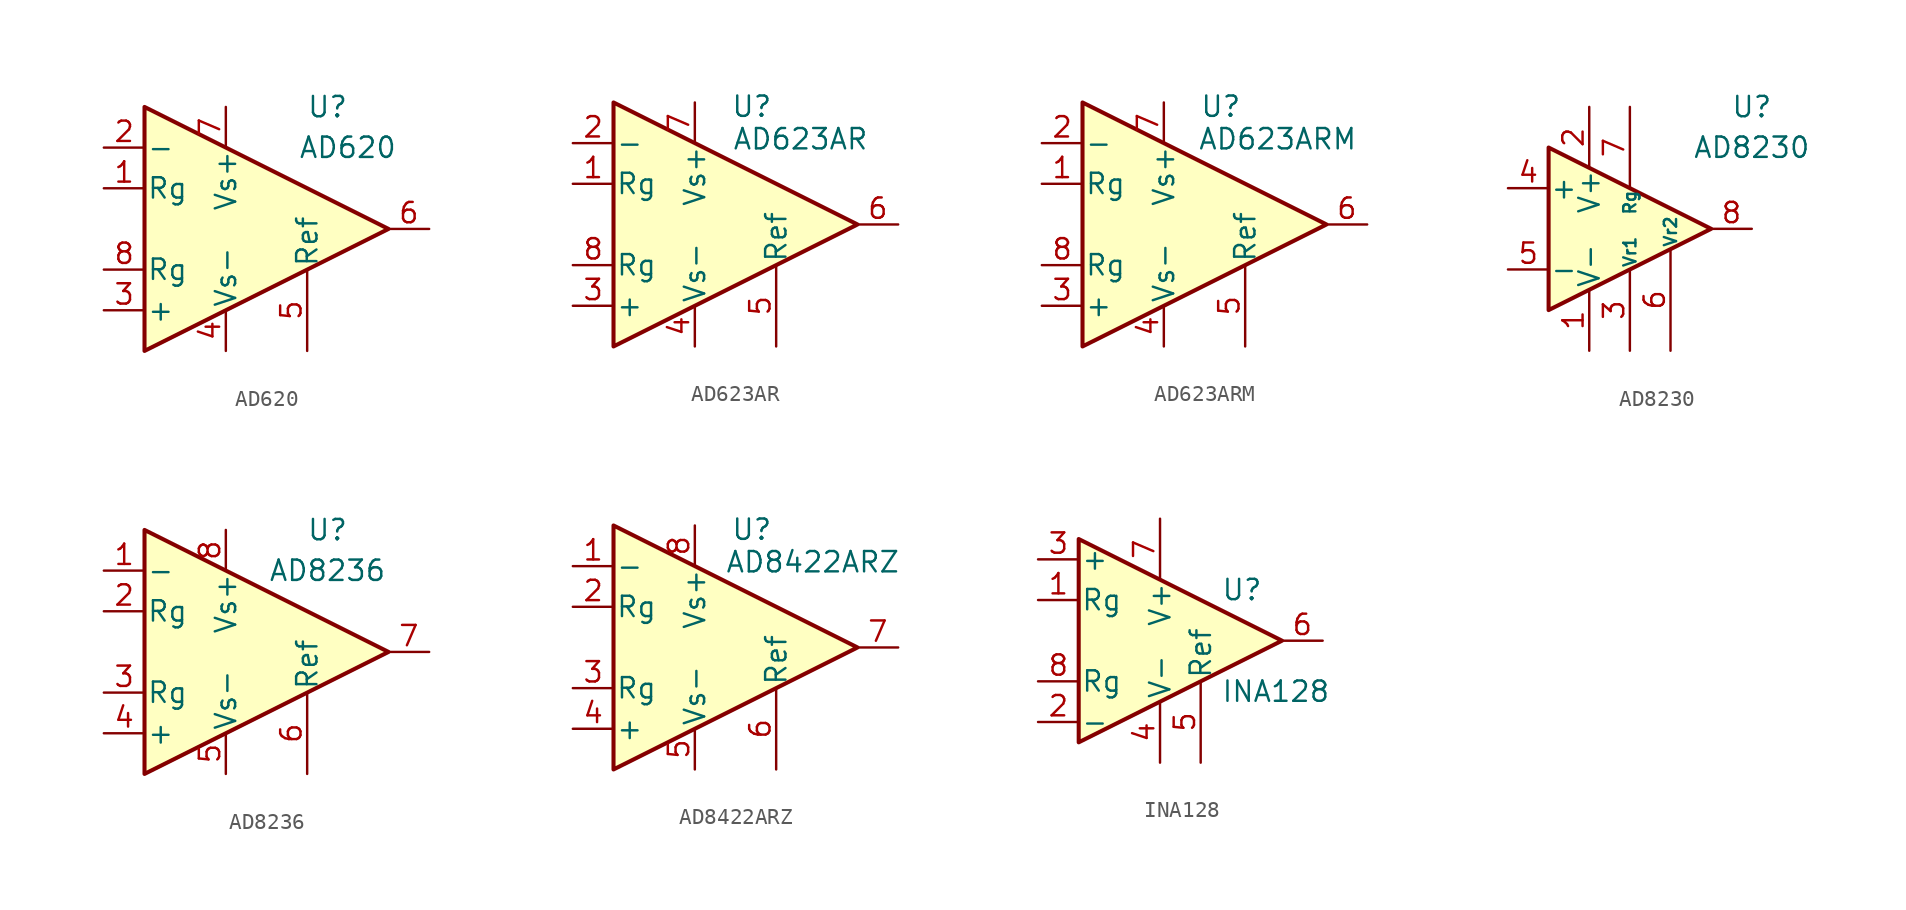
<source format=kicad_sym>
(kicad_symbol_lib
  (version 20241209)
  (generator "kicad_symbol_editor")
  (generator_version "9.0")
  (symbol "AD620"
    (pin_names
      (offset 0.127))
    (property "Reference" "U"
      (at 3.81 7.62 0)
      (effects (font (size 1.27 1.27))))
    (property "Value" "AD620"
      (at 5.08 5.08 0)
      (effects (font (size 1.27 1.27))))
    (symbol "AD620_0_1"
      (polyline (pts (xy -7.62 7.62) (xy -7.62 -7.62) (xy 7.62 0) (xy -7.62 7.62)) (stroke (width 0.254) (type default)) (fill (type background))))
    (symbol "AD620_1_1"
      (pin input line (at -10.16 5.08 0) (length 2.54) (name "-" (effects (font (size 1.27 1.27)))) (number "2" (effects (font (size 1.27 1.27)))))
      (pin passive line (at -10.16 2.54 0) (length 2.54) (name "Rg" (effects (font (size 1.27 1.27)))) (number "1" (effects (font (size 1.27 1.27)))))
      (pin passive line (at -10.16 -2.54 0) (length 2.54) (name "Rg" (effects (font (size 1.27 1.27)))) (number "8" (effects (font (size 1.27 1.27)))))
      (pin input line (at -10.16 -5.08 0) (length 2.54) (name "+" (effects (font (size 1.27 1.27)))) (number "3" (effects (font (size 1.27 1.27)))))
      (pin power_in line (at -2.54 7.62 270) (length 2.54) (name "Vs+" (effects (font (size 1.27 1.27)))) (number "7" (effects (font (size 1.27 1.27)))))
      (pin power_in line (at -2.54 -7.62 90) (length 2.54) (name "Vs-" (effects (font (size 1.27 1.27)))) (number "4" (effects (font (size 1.27 1.27)))))
      (pin passive line (at 2.54 -7.62 90) (length 5.08) (name "Ref" (effects (font (size 1.27 1.27)))) (number "5" (effects (font (size 1.27 1.27)))))
      (pin output line (at 10.16 0 180) (length 2.54) (name "~" (effects (font (size 1.27 1.27)))) (number "6" (effects (font (size 1.27 1.27)))))))
  (symbol "AD623AR"
    (pin_names
      (offset 0.127))
    (property "Reference" "U"
      (at 3.556 7.366 0)
      (effects (font (size 1.27 1.27))))
    (property "Value" "AD623AR"
      (at 6.604 5.334 0)
      (effects (font (size 1.27 1.27))))
    (symbol "AD623AR_0_1"
      (polyline (pts (xy -5.08 7.62) (xy -5.08 -7.62) (xy 10.16 0) (xy -5.08 7.62)) (stroke (width 0.254) (type default)) (fill (type background))))
    (symbol "AD623AR_1_1"
      (pin input line (at -7.62 5.08 0) (length 2.54) (name "-" (effects (font (size 1.27 1.27)))) (number "2" (effects (font (size 1.27 1.27)))))
      (pin passive line (at -7.62 2.54 0) (length 2.54) (name "Rg" (effects (font (size 1.27 1.27)))) (number "1" (effects (font (size 1.27 1.27)))))
      (pin passive line (at -7.62 -2.54 0) (length 2.54) (name "Rg" (effects (font (size 1.27 1.27)))) (number "8" (effects (font (size 1.27 1.27)))))
      (pin input line (at -7.62 -5.08 0) (length 2.54) (name "+" (effects (font (size 1.27 1.27)))) (number "3" (effects (font (size 1.27 1.27)))))
      (pin power_in line (at 0 7.62 270) (length 2.54) (name "Vs+" (effects (font (size 1.27 1.27)))) (number "7" (effects (font (size 1.27 1.27)))))
      (pin power_in line (at 0 -7.62 90) (length 2.54) (name "Vs-" (effects (font (size 1.27 1.27)))) (number "4" (effects (font (size 1.27 1.27)))))
      (pin passive line (at 5.08 -7.62 90) (length 5.08) (name "Ref" (effects (font (size 1.27 1.27)))) (number "5" (effects (font (size 1.27 1.27)))))
      (pin output line (at 12.7 0 180) (length 2.54) (name "~" (effects (font (size 1.27 1.27)))) (number "6" (effects (font (size 1.27 1.27)))))))
  (symbol "AD623ARM"
    (pin_names
      (offset 0.127))
    (property "Reference" "U"
      (at 3.556 7.366 0)
      (effects (font (size 1.27 1.27))))
    (property "Value" "AD623ARM"
      (at 7.112 5.334 0)
      (effects (font (size 1.27 1.27))))
    (symbol "AD623ARM_0_1"
      (polyline (pts (xy -5.08 7.62) (xy -5.08 -7.62) (xy 10.16 0) (xy -5.08 7.62)) (stroke (width 0.254) (type default)) (fill (type background))))
    (symbol "AD623ARM_1_1"
      (pin input line (at -7.62 5.08 0) (length 2.54) (name "-" (effects (font (size 1.27 1.27)))) (number "2" (effects (font (size 1.27 1.27)))))
      (pin passive line (at -7.62 2.54 0) (length 2.54) (name "Rg" (effects (font (size 1.27 1.27)))) (number "1" (effects (font (size 1.27 1.27)))))
      (pin passive line (at -7.62 -2.54 0) (length 2.54) (name "Rg" (effects (font (size 1.27 1.27)))) (number "8" (effects (font (size 1.27 1.27)))))
      (pin input line (at -7.62 -5.08 0) (length 2.54) (name "+" (effects (font (size 1.27 1.27)))) (number "3" (effects (font (size 1.27 1.27)))))
      (pin power_in line (at 0 7.62 270) (length 2.54) (name "Vs+" (effects (font (size 1.27 1.27)))) (number "7" (effects (font (size 1.27 1.27)))))
      (pin power_in line (at 0 -7.62 90) (length 2.54) (name "Vs-" (effects (font (size 1.27 1.27)))) (number "4" (effects (font (size 1.27 1.27)))))
      (pin passive line (at 5.08 -7.62 90) (length 5.08) (name "Ref" (effects (font (size 1.27 1.27)))) (number "5" (effects (font (size 1.27 1.27)))))
      (pin output line (at 12.7 0 180) (length 2.54) (name "~" (effects (font (size 1.27 1.27)))) (number "6" (effects (font (size 1.27 1.27)))))))
  (symbol "AD8230"
    (pin_names
      (offset 0.076))
    (property "Reference" "U"
      (at 7.62 7.62 0)
      (effects (font (size 1.27 1.27))))
    (property "Value" "AD8230"
      (at 7.62 5.08 0)
      (effects (font (size 1.27 1.27))))
    (symbol "AD8230_0_1"
      (polyline (pts (xy -5.08 5.08) (xy -5.08 0) (xy -5.08 -5.08) (xy 5.08 0) (xy -5.08 5.08)) (stroke (width 0.254) (type default)) (fill (type background))))
    (symbol "AD8230_1_1"
      (pin input line (at -7.62 2.54 0) (length 2.54) (name "+" (effects (font (size 1.27 1.27)))) (number "4" (effects (font (size 1.27 1.27)))))
      (pin input line (at -7.62 -2.54 0) (length 2.54) (name "-" (effects (font (size 1.27 1.27)))) (number "5" (effects (font (size 1.27 1.27)))))
      (pin power_in line (at -2.54 7.62 270) (length 3.81) (name "V+" (effects (font (size 1.27 1.27)))) (number "2" (effects (font (size 1.27 1.27)))))
      (pin power_in line (at -2.54 -7.62 90) (length 3.81) (name "V-" (effects (font (size 1.27 1.27)))) (number "1" (effects (font (size 1.27 1.27)))))
      (pin output line (at 0 7.62 270) (length 5.08) (name "Rg" (effects (font (size 0.762 0.762)))) (number "7" (effects (font (size 1.27 1.27)))))
      (pin input line (at 0 -7.62 90) (length 5.08) (name "Vr1" (effects (font (size 0.762 0.762)))) (number "3" (effects (font (size 1.27 1.27)))))
      (pin input line (at 2.54 -7.62 90) (length 6.35) (name "Vr2" (effects (font (size 0.762 0.762)))) (number "6" (effects (font (size 1.27 1.27)))))
      (pin output line (at 7.62 0 180) (length 2.54) (name "~" (effects (font (size 1.27 1.27)))) (number "8" (effects (font (size 1.27 1.27)))))))
  (symbol "AD8236"
    (pin_names
      (offset 0.127))
    (property "Reference" "U"
      (at 3.81 7.62 0)
      (effects (font (size 1.27 1.27))))
    (property "Value" "AD8236"
      (at 3.81 5.08 0)
      (effects (font (size 1.27 1.27))))
    (symbol "AD8236_0_1"
      (polyline (pts (xy -7.62 7.62) (xy -7.62 -7.62) (xy 7.62 0) (xy -7.62 7.62)) (stroke (width 0.254) (type default)) (fill (type background))))
    (symbol "AD8236_1_1"
      (pin input line (at -10.16 5.08 0) (length 2.54) (name "-" (effects (font (size 1.27 1.27)))) (number "1" (effects (font (size 1.27 1.27)))))
      (pin passive line (at -10.16 2.54 0) (length 2.54) (name "Rg" (effects (font (size 1.27 1.27)))) (number "2" (effects (font (size 1.27 1.27)))))
      (pin passive line (at -10.16 -2.54 0) (length 2.54) (name "Rg" (effects (font (size 1.27 1.27)))) (number "3" (effects (font (size 1.27 1.27)))))
      (pin input line (at -10.16 -5.08 0) (length 2.54) (name "+" (effects (font (size 1.27 1.27)))) (number "4" (effects (font (size 1.27 1.27)))))
      (pin power_in line (at -2.54 7.62 270) (length 2.54) (name "Vs+" (effects (font (size 1.27 1.27)))) (number "8" (effects (font (size 1.27 1.27)))))
      (pin power_in line (at -2.54 -7.62 90) (length 2.54) (name "Vs-" (effects (font (size 1.27 1.27)))) (number "5" (effects (font (size 1.27 1.27)))))
      (pin passive line (at 2.54 -7.62 90) (length 5.08) (name "Ref" (effects (font (size 1.27 1.27)))) (number "6" (effects (font (size 1.27 1.27)))))
      (pin output line (at 10.16 0 180) (length 2.54) (name "~" (effects (font (size 1.27 1.27)))) (number "7" (effects (font (size 1.27 1.27)))))))
  (symbol "AD8422ARZ"
    (pin_names
      (offset 0.127))
    (property "Reference" "U"
      (at 3.556 7.366 0)
      (effects (font (size 1.27 1.27))))
    (property "Value" "AD8422ARZ"
      (at 7.366 5.334 0)
      (effects (font (size 1.27 1.27))))
    (symbol "AD8422ARZ_0_1"
      (polyline (pts (xy -5.08 7.62) (xy -5.08 -7.62) (xy 10.16 0) (xy -5.08 7.62)) (stroke (width 0.254) (type default)) (fill (type background))))
    (symbol "AD8422ARZ_1_1"
      (pin input line (at -7.62 5.08 0) (length 2.54) (name "-" (effects (font (size 1.27 1.27)))) (number "1" (effects (font (size 1.27 1.27)))))
      (pin passive line (at -7.62 2.54 0) (length 2.54) (name "Rg" (effects (font (size 1.27 1.27)))) (number "2" (effects (font (size 1.27 1.27)))))
      (pin passive line (at -7.62 -2.54 0) (length 2.54) (name "Rg" (effects (font (size 1.27 1.27)))) (number "3" (effects (font (size 1.27 1.27)))))
      (pin input line (at -7.62 -5.08 0) (length 2.54) (name "+" (effects (font (size 1.27 1.27)))) (number "4" (effects (font (size 1.27 1.27)))))
      (pin power_in line (at 0 7.62 270) (length 2.54) (name "Vs+" (effects (font (size 1.27 1.27)))) (number "8" (effects (font (size 1.27 1.27)))))
      (pin power_in line (at 0 -7.62 90) (length 2.54) (name "Vs-" (effects (font (size 1.27 1.27)))) (number "5" (effects (font (size 1.27 1.27)))))
      (pin passive line (at 5.08 -7.62 90) (length 5.08) (name "Ref" (effects (font (size 1.27 1.27)))) (number "6" (effects (font (size 1.27 1.27)))))
      (pin output line (at 12.7 0 180) (length 2.54) (name "~" (effects (font (size 1.27 1.27)))) (number "7" (effects (font (size 1.27 1.27)))))))
  (symbol "INA128"
    (pin_names
      (offset 0.127))
    (property "Reference" "U"
      (at 3.81 3.175 0)
      (effects (font (size 1.27 1.27)) (justify left)))
    (property "Value" "INA128"
      (at 3.81 -3.175 0)
      (effects (font (size 1.27 1.27)) (justify left)))
    (symbol "INA128_0_1"
      (polyline (pts (xy 7.62 0) (xy -5.08 6.35) (xy -5.08 -6.35) (xy 7.62 0)) (stroke (width 0.254) (type default)) (fill (type background))))
    (symbol "INA128_1_1"
      (pin input line (at -7.62 5.08 0) (length 2.54) (name "+" (effects (font (size 1.27 1.27)))) (number "3" (effects (font (size 1.27 1.27)))))
      (pin passive line (at -7.62 2.54 0) (length 2.54) (name "Rg" (effects (font (size 1.27 1.27)))) (number "1" (effects (font (size 1.27 1.27)))))
      (pin passive line (at -7.62 -2.54 0) (length 2.54) (name "Rg" (effects (font (size 1.27 1.27)))) (number "8" (effects (font (size 1.27 1.27)))))
      (pin input line (at -7.62 -5.08 0) (length 2.54) (name "-" (effects (font (size 1.27 1.27)))) (number "2" (effects (font (size 1.27 1.27)))))
      (pin power_in line (at 0 7.62 270) (length 3.81) (name "V+" (effects (font (size 1.27 1.27)))) (number "7" (effects (font (size 1.27 1.27)))))
      (pin power_in line (at 0 -7.62 90) (length 3.81) (name "V-" (effects (font (size 1.27 1.27)))) (number "4" (effects (font (size 1.27 1.27)))))
      (pin input line (at 2.54 -7.62 90) (length 5.08) (name "Ref" (effects (font (size 1.27 1.27)))) (number "5" (effects (font (size 1.27 1.27)))))
      (pin output line (at 10.16 0 180) (length 2.54) (name "~" (effects (font (size 1.27 1.27)))) (number "6" (effects (font (size 1.27 1.27))))))))
</source>
